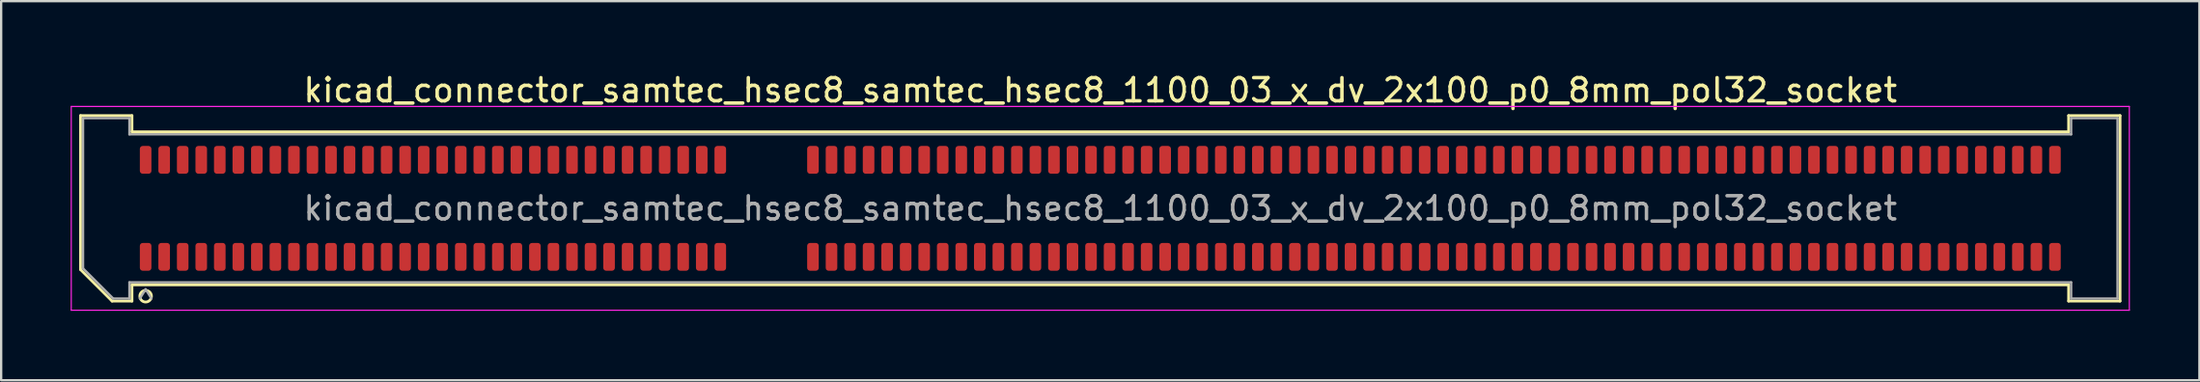
<source format=kicad_pcb>
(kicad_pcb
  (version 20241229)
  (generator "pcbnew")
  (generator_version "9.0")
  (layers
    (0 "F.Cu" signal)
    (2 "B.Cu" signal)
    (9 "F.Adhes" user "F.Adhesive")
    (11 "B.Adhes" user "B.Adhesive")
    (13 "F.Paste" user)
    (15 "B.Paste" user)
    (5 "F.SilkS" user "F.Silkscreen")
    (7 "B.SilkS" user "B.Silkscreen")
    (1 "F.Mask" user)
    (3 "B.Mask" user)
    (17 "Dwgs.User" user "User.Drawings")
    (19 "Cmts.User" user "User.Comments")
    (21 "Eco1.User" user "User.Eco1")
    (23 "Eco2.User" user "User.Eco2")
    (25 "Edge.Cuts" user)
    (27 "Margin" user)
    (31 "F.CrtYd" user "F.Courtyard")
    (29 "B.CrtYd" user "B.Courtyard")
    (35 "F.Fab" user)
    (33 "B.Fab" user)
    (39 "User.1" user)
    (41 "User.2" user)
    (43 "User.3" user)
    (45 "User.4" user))
  (footprint "kicad_connector_samtec_hsec8_samtec_hsec8_1100_03_x_dv_2x100_p0_8mm_pol32_socket"
    (layer "F.Cu")
    (at 44.435 5.948)
    (property "Reference" "kicad_connector_samtec_hsec8_samtec_hsec8_1100_03_x_dv_2x100_p0_8mm_pol32_socket" (at 0 -5.1 0) (layer "F.SilkS") (effects (font (size 1 1) (thickness 0.15))))
    (attr smd)
    (fp_line (start -44.01 -4.005) (end -41.79 -4.005) (stroke (width 0.12) (type solid)) (layer "F.SilkS"))
    (fp_line (start -44.01 2.641) (end -44.01 -4.005) (stroke (width 0.12) (type solid)) (layer "F.SilkS"))
    (fp_line (start -42.646 4.005) (end -44.01 2.641) (stroke (width 0.12) (type solid)) (layer "F.SilkS"))
    (fp_line (start -41.79 -4.005) (end -41.79 -3.305) (stroke (width 0.12) (type solid)) (layer "F.SilkS"))
    (fp_line (start -41.79 -3.305) (end 41.79 -3.305) (stroke (width 0.12) (type solid)) (layer "F.SilkS"))
    (fp_line (start -41.79 3.305) (end -41.79 4.005) (stroke (width 0.12) (type solid)) (layer "F.SilkS"))
    (fp_line (start -41.79 4.005) (end -42.646 4.005) (stroke (width 0.12) (type solid)) (layer "F.SilkS"))
    (fp_line (start 41.79 -4.005) (end 44.01 -4.005) (stroke (width 0.12) (type solid)) (layer "F.SilkS"))
    (fp_line (start 41.79 -3.305) (end 41.79 -4.005) (stroke (width 0.12) (type solid)) (layer "F.SilkS"))
    (fp_line (start 41.79 3.305) (end -41.79 3.305) (stroke (width 0.12) (type solid)) (layer "F.SilkS"))
    (fp_line (start 41.79 4.005) (end 41.79 3.305) (stroke (width 0.12) (type solid)) (layer "F.SilkS"))
    (fp_line (start 44.01 -4.005) (end 44.01 4.005) (stroke (width 0.12) (type solid)) (layer "F.SilkS"))
    (fp_line (start 44.01 4.005) (end 41.79 4.005) (stroke (width 0.12) (type solid)) (layer "F.SilkS"))
    (fp_arc (start -40.95 3.795) (mid -41.45 3.795) (end -40.95 3.795) (stroke (width 0.12) (type solid)) (layer "F.SilkS"))
    (fp_line (start -44.41 -4.4) (end -44.41 4.4) (stroke (width 0.05) (type solid)) (layer "F.CrtYd"))
    (fp_line (start -44.41 4.4) (end 44.41 4.4) (stroke (width 0.05) (type solid)) (layer "F.CrtYd"))
    (fp_line (start 44.41 -4.4) (end -44.41 -4.4) (stroke (width 0.05) (type solid)) (layer "F.CrtYd"))
    (fp_line (start 44.41 4.4) (end 44.41 -4.4) (stroke (width 0.05) (type solid)) (layer "F.CrtYd"))
    (fp_line (start -43.9 -3.895) (end -41.9 -3.895) (stroke (width 0.1) (type solid)) (layer "F.Fab"))
    (fp_line (start -43.9 2.595) (end -43.9 -3.895) (stroke (width 0.1) (type solid)) (layer "F.Fab"))
    (fp_line (start -42.6 3.895) (end -43.9 2.595) (stroke (width 0.1) (type solid)) (layer "F.Fab"))
    (fp_line (start -41.9 -3.895) (end -41.9 -3.195) (stroke (width 0.1) (type solid)) (layer "F.Fab"))
    (fp_line (start -41.9 -3.195) (end 41.9 -3.195) (stroke (width 0.1) (type solid)) (layer "F.Fab"))
    (fp_line (start -41.9 3.195) (end -41.9 3.895) (stroke (width 0.1) (type solid)) (layer "F.Fab"))
    (fp_line (start -41.9 3.895) (end -42.6 3.895) (stroke (width 0.1) (type solid)) (layer "F.Fab"))
    (fp_line (start -41.2 3.495) (end -41.45 3.895) (stroke (width 0.1) (type solid)) (layer "F.Fab"))
    (fp_line (start -41.2 3.495) (end -40.95 3.895) (stroke (width 0.1) (type solid)) (layer "F.Fab"))
    (fp_line (start 41.9 -3.895) (end 43.9 -3.895) (stroke (width 0.1) (type solid)) (layer "F.Fab"))
    (fp_line (start 41.9 -3.195) (end 41.9 -3.895) (stroke (width 0.1) (type solid)) (layer "F.Fab"))
    (fp_line (start 41.9 3.195) (end -41.9 3.195) (stroke (width 0.1) (type solid)) (layer "F.Fab"))
    (fp_line (start 41.9 3.895) (end 41.9 3.195) (stroke (width 0.1) (type solid)) (layer "F.Fab"))
    (fp_line (start 43.9 -3.895) (end 43.9 3.895) (stroke (width 0.1) (type solid)) (layer "F.Fab"))
    (fp_line (start 43.9 3.895) (end 41.9 3.895) (stroke (width 0.1) (type solid)) (layer "F.Fab"))
    (fp_text user "${REFERENCE}" (at 0 0 0) (layer "F.Fab") (effects (font (size 1 1) (thickness 0.15))))
    (pad "1" smd roundrect (at -41.2 2.095) (size 0.5 1.2) (layers "F.Cu" "F.Mask" "F.Paste") (roundrect_rratio 0.25))
    (pad "2" smd roundrect (at -41.2 -2.095) (size 0.5 1.2) (layers "F.Cu" "F.Mask" "F.Paste") (roundrect_rratio 0.25))
    (pad "3" smd roundrect (at -40.4 2.095) (size 0.5 1.2) (layers "F.Cu" "F.Mask" "F.Paste") (roundrect_rratio 0.25))
    (pad "4" smd roundrect (at -40.4 -2.095) (size 0.5 1.2) (layers "F.Cu" "F.Mask" "F.Paste") (roundrect_rratio 0.25))
    (pad "5" smd roundrect (at -39.6 2.095) (size 0.5 1.2) (layers "F.Cu" "F.Mask" "F.Paste") (roundrect_rratio 0.25))
    (pad "6" smd roundrect (at -39.6 -2.095) (size 0.5 1.2) (layers "F.Cu" "F.Mask" "F.Paste") (roundrect_rratio 0.25))
    (pad "7" smd roundrect (at -38.8 2.095) (size 0.5 1.2) (layers "F.Cu" "F.Mask" "F.Paste") (roundrect_rratio 0.25))
    (pad "8" smd roundrect (at -38.8 -2.095) (size 0.5 1.2) (layers "F.Cu" "F.Mask" "F.Paste") (roundrect_rratio 0.25))
    (pad "9" smd roundrect (at -38 2.095) (size 0.5 1.2) (layers "F.Cu" "F.Mask" "F.Paste") (roundrect_rratio 0.25))
    (pad "10" smd roundrect (at -38 -2.095) (size 0.5 1.2) (layers "F.Cu" "F.Mask" "F.Paste") (roundrect_rratio 0.25))
    (pad "11" smd roundrect (at -37.2 2.095) (size 0.5 1.2) (layers "F.Cu" "F.Mask" "F.Paste") (roundrect_rratio 0.25))
    (pad "12" smd roundrect (at -37.2 -2.095) (size 0.5 1.2) (layers "F.Cu" "F.Mask" "F.Paste") (roundrect_rratio 0.25))
    (pad "13" smd roundrect (at -36.4 2.095) (size 0.5 1.2) (layers "F.Cu" "F.Mask" "F.Paste") (roundrect_rratio 0.25))
    (pad "14" smd roundrect (at -36.4 -2.095) (size 0.5 1.2) (layers "F.Cu" "F.Mask" "F.Paste") (roundrect_rratio 0.25))
    (pad "15" smd roundrect (at -35.6 2.095) (size 0.5 1.2) (layers "F.Cu" "F.Mask" "F.Paste") (roundrect_rratio 0.25))
    (pad "16" smd roundrect (at -35.6 -2.095) (size 0.5 1.2) (layers "F.Cu" "F.Mask" "F.Paste") (roundrect_rratio 0.25))
    (pad "17" smd roundrect (at -34.8 2.095) (size 0.5 1.2) (layers "F.Cu" "F.Mask" "F.Paste") (roundrect_rratio 0.25))
    (pad "18" smd roundrect (at -34.8 -2.095) (size 0.5 1.2) (layers "F.Cu" "F.Mask" "F.Paste") (roundrect_rratio 0.25))
    (pad "19" smd roundrect (at -34 2.095) (size 0.5 1.2) (layers "F.Cu" "F.Mask" "F.Paste") (roundrect_rratio 0.25))
    (pad "20" smd roundrect (at -34 -2.095) (size 0.5 1.2) (layers "F.Cu" "F.Mask" "F.Paste") (roundrect_rratio 0.25))
    (pad "21" smd roundrect (at -33.2 2.095) (size 0.5 1.2) (layers "F.Cu" "F.Mask" "F.Paste") (roundrect_rratio 0.25))
    (pad "22" smd roundrect (at -33.2 -2.095) (size 0.5 1.2) (layers "F.Cu" "F.Mask" "F.Paste") (roundrect_rratio 0.25))
    (pad "23" smd roundrect (at -32.4 2.095) (size 0.5 1.2) (layers "F.Cu" "F.Mask" "F.Paste") (roundrect_rratio 0.25))
    (pad "24" smd roundrect (at -32.4 -2.095) (size 0.5 1.2) (layers "F.Cu" "F.Mask" "F.Paste") (roundrect_rratio 0.25))
    (pad "25" smd roundrect (at -31.6 2.095) (size 0.5 1.2) (layers "F.Cu" "F.Mask" "F.Paste") (roundrect_rratio 0.25))
    (pad "26" smd roundrect (at -31.6 -2.095) (size 0.5 1.2) (layers "F.Cu" "F.Mask" "F.Paste") (roundrect_rratio 0.25))
    (pad "27" smd roundrect (at -30.8 2.095) (size 0.5 1.2) (layers "F.Cu" "F.Mask" "F.Paste") (roundrect_rratio 0.25))
    (pad "28" smd roundrect (at -30.8 -2.095) (size 0.5 1.2) (layers "F.Cu" "F.Mask" "F.Paste") (roundrect_rratio 0.25))
    (pad "29" smd roundrect (at -30 2.095) (size 0.5 1.2) (layers "F.Cu" "F.Mask" "F.Paste") (roundrect_rratio 0.25))
    (pad "30" smd roundrect (at -30 -2.095) (size 0.5 1.2) (layers "F.Cu" "F.Mask" "F.Paste") (roundrect_rratio 0.25))
    (pad "31" smd roundrect (at -29.2 2.095) (size 0.5 1.2) (layers "F.Cu" "F.Mask" "F.Paste") (roundrect_rratio 0.25))
    (pad "32" smd roundrect (at -29.2 -2.095) (size 0.5 1.2) (layers "F.Cu" "F.Mask" "F.Paste") (roundrect_rratio 0.25))
    (pad "33" smd roundrect (at -28.4 2.095) (size 0.5 1.2) (layers "F.Cu" "F.Mask" "F.Paste") (roundrect_rratio 0.25))
    (pad "34" smd roundrect (at -28.4 -2.095) (size 0.5 1.2) (layers "F.Cu" "F.Mask" "F.Paste") (roundrect_rratio 0.25))
    (pad "35" smd roundrect (at -27.6 2.095) (size 0.5 1.2) (layers "F.Cu" "F.Mask" "F.Paste") (roundrect_rratio 0.25))
    (pad "36" smd roundrect (at -27.6 -2.095) (size 0.5 1.2) (layers "F.Cu" "F.Mask" "F.Paste") (roundrect_rratio 0.25))
    (pad "37" smd roundrect (at -26.8 2.095) (size 0.5 1.2) (layers "F.Cu" "F.Mask" "F.Paste") (roundrect_rratio 0.25))
    (pad "38" smd roundrect (at -26.8 -2.095) (size 0.5 1.2) (layers "F.Cu" "F.Mask" "F.Paste") (roundrect_rratio 0.25))
    (pad "39" smd roundrect (at -26 2.095) (size 0.5 1.2) (layers "F.Cu" "F.Mask" "F.Paste") (roundrect_rratio 0.25))
    (pad "40" smd roundrect (at -26 -2.095) (size 0.5 1.2) (layers "F.Cu" "F.Mask" "F.Paste") (roundrect_rratio 0.25))
    (pad "41" smd roundrect (at -25.2 2.095) (size 0.5 1.2) (layers "F.Cu" "F.Mask" "F.Paste") (roundrect_rratio 0.25))
    (pad "42" smd roundrect (at -25.2 -2.095) (size 0.5 1.2) (layers "F.Cu" "F.Mask" "F.Paste") (roundrect_rratio 0.25))
    (pad "43" smd roundrect (at -24.4 2.095) (size 0.5 1.2) (layers "F.Cu" "F.Mask" "F.Paste") (roundrect_rratio 0.25))
    (pad "44" smd roundrect (at -24.4 -2.095) (size 0.5 1.2) (layers "F.Cu" "F.Mask" "F.Paste") (roundrect_rratio 0.25))
    (pad "45" smd roundrect (at -23.6 2.095) (size 0.5 1.2) (layers "F.Cu" "F.Mask" "F.Paste") (roundrect_rratio 0.25))
    (pad "46" smd roundrect (at -23.6 -2.095) (size 0.5 1.2) (layers "F.Cu" "F.Mask" "F.Paste") (roundrect_rratio 0.25))
    (pad "47" smd roundrect (at -22.8 2.095) (size 0.5 1.2) (layers "F.Cu" "F.Mask" "F.Paste") (roundrect_rratio 0.25))
    (pad "48" smd roundrect (at -22.8 -2.095) (size 0.5 1.2) (layers "F.Cu" "F.Mask" "F.Paste") (roundrect_rratio 0.25))
    (pad "49" smd roundrect (at -22 2.095) (size 0.5 1.2) (layers "F.Cu" "F.Mask" "F.Paste") (roundrect_rratio 0.25))
    (pad "50" smd roundrect (at -22 -2.095) (size 0.5 1.2) (layers "F.Cu" "F.Mask" "F.Paste") (roundrect_rratio 0.25))
    (pad "51" smd roundrect (at -21.2 2.095) (size 0.5 1.2) (layers "F.Cu" "F.Mask" "F.Paste") (roundrect_rratio 0.25))
    (pad "52" smd roundrect (at -21.2 -2.095) (size 0.5 1.2) (layers "F.Cu" "F.Mask" "F.Paste") (roundrect_rratio 0.25))
    (pad "53" smd roundrect (at -20.4 2.095) (size 0.5 1.2) (layers "F.Cu" "F.Mask" "F.Paste") (roundrect_rratio 0.25))
    (pad "54" smd roundrect (at -20.4 -2.095) (size 0.5 1.2) (layers "F.Cu" "F.Mask" "F.Paste") (roundrect_rratio 0.25))
    (pad "55" smd roundrect (at -19.6 2.095) (size 0.5 1.2) (layers "F.Cu" "F.Mask" "F.Paste") (roundrect_rratio 0.25))
    (pad "56" smd roundrect (at -19.6 -2.095) (size 0.5 1.2) (layers "F.Cu" "F.Mask" "F.Paste") (roundrect_rratio 0.25))
    (pad "57" smd roundrect (at -18.8 2.095) (size 0.5 1.2) (layers "F.Cu" "F.Mask" "F.Paste") (roundrect_rratio 0.25))
    (pad "58" smd roundrect (at -18.8 -2.095) (size 0.5 1.2) (layers "F.Cu" "F.Mask" "F.Paste") (roundrect_rratio 0.25))
    (pad "59" smd roundrect (at -18 2.095) (size 0.5 1.2) (layers "F.Cu" "F.Mask" "F.Paste") (roundrect_rratio 0.25))
    (pad "60" smd roundrect (at -18 -2.095) (size 0.5 1.2) (layers "F.Cu" "F.Mask" "F.Paste") (roundrect_rratio 0.25))
    (pad "61" smd roundrect (at -17.2 2.095) (size 0.5 1.2) (layers "F.Cu" "F.Mask" "F.Paste") (roundrect_rratio 0.25))
    (pad "62" smd roundrect (at -17.2 -2.095) (size 0.5 1.2) (layers "F.Cu" "F.Mask" "F.Paste") (roundrect_rratio 0.25))
    (pad "63" smd roundrect (at -16.4 2.095) (size 0.5 1.2) (layers "F.Cu" "F.Mask" "F.Paste") (roundrect_rratio 0.25))
    (pad "64" smd roundrect (at -16.4 -2.095) (size 0.5 1.2) (layers "F.Cu" "F.Mask" "F.Paste") (roundrect_rratio 0.25))
    (pad "65" smd roundrect (at -12.4 2.095) (size 0.5 1.2) (layers "F.Cu" "F.Mask" "F.Paste") (roundrect_rratio 0.25))
    (pad "66" smd roundrect (at -12.4 -2.095) (size 0.5 1.2) (layers "F.Cu" "F.Mask" "F.Paste") (roundrect_rratio 0.25))
    (pad "67" smd roundrect (at -11.6 2.095) (size 0.5 1.2) (layers "F.Cu" "F.Mask" "F.Paste") (roundrect_rratio 0.25))
    (pad "68" smd roundrect (at -11.6 -2.095) (size 0.5 1.2) (layers "F.Cu" "F.Mask" "F.Paste") (roundrect_rratio 0.25))
    (pad "69" smd roundrect (at -10.8 2.095) (size 0.5 1.2) (layers "F.Cu" "F.Mask" "F.Paste") (roundrect_rratio 0.25))
    (pad "70" smd roundrect (at -10.8 -2.095) (size 0.5 1.2) (layers "F.Cu" "F.Mask" "F.Paste") (roundrect_rratio 0.25))
    (pad "71" smd roundrect (at -10 2.095) (size 0.5 1.2) (layers "F.Cu" "F.Mask" "F.Paste") (roundrect_rratio 0.25))
    (pad "72" smd roundrect (at -10 -2.095) (size 0.5 1.2) (layers "F.Cu" "F.Mask" "F.Paste") (roundrect_rratio 0.25))
    (pad "73" smd roundrect (at -9.2 2.095) (size 0.5 1.2) (layers "F.Cu" "F.Mask" "F.Paste") (roundrect_rratio 0.25))
    (pad "74" smd roundrect (at -9.2 -2.095) (size 0.5 1.2) (layers "F.Cu" "F.Mask" "F.Paste") (roundrect_rratio 0.25))
    (pad "75" smd roundrect (at -8.4 2.095) (size 0.5 1.2) (layers "F.Cu" "F.Mask" "F.Paste") (roundrect_rratio 0.25))
    (pad "76" smd roundrect (at -8.4 -2.095) (size 0.5 1.2) (layers "F.Cu" "F.Mask" "F.Paste") (roundrect_rratio 0.25))
    (pad "77" smd roundrect (at -7.6 2.095) (size 0.5 1.2) (layers "F.Cu" "F.Mask" "F.Paste") (roundrect_rratio 0.25))
    (pad "78" smd roundrect (at -7.6 -2.095) (size 0.5 1.2) (layers "F.Cu" "F.Mask" "F.Paste") (roundrect_rratio 0.25))
    (pad "79" smd roundrect (at -6.8 2.095) (size 0.5 1.2) (layers "F.Cu" "F.Mask" "F.Paste") (roundrect_rratio 0.25))
    (pad "80" smd roundrect (at -6.8 -2.095) (size 0.5 1.2) (layers "F.Cu" "F.Mask" "F.Paste") (roundrect_rratio 0.25))
    (pad "81" smd roundrect (at -6 2.095) (size 0.5 1.2) (layers "F.Cu" "F.Mask" "F.Paste") (roundrect_rratio 0.25))
    (pad "82" smd roundrect (at -6 -2.095) (size 0.5 1.2) (layers "F.Cu" "F.Mask" "F.Paste") (roundrect_rratio 0.25))
    (pad "83" smd roundrect (at -5.2 2.095) (size 0.5 1.2) (layers "F.Cu" "F.Mask" "F.Paste") (roundrect_rratio 0.25))
    (pad "84" smd roundrect (at -5.2 -2.095) (size 0.5 1.2) (layers "F.Cu" "F.Mask" "F.Paste") (roundrect_rratio 0.25))
    (pad "85" smd roundrect (at -4.4 2.095) (size 0.5 1.2) (layers "F.Cu" "F.Mask" "F.Paste") (roundrect_rratio 0.25))
    (pad "86" smd roundrect (at -4.4 -2.095) (size 0.5 1.2) (layers "F.Cu" "F.Mask" "F.Paste") (roundrect_rratio 0.25))
    (pad "87" smd roundrect (at -3.6 2.095) (size 0.5 1.2) (layers "F.Cu" "F.Mask" "F.Paste") (roundrect_rratio 0.25))
    (pad "88" smd roundrect (at -3.6 -2.095) (size 0.5 1.2) (layers "F.Cu" "F.Mask" "F.Paste") (roundrect_rratio 0.25))
    (pad "89" smd roundrect (at -2.8 2.095) (size 0.5 1.2) (layers "F.Cu" "F.Mask" "F.Paste") (roundrect_rratio 0.25))
    (pad "90" smd roundrect (at -2.8 -2.095) (size 0.5 1.2) (layers "F.Cu" "F.Mask" "F.Paste") (roundrect_rratio 0.25))
    (pad "91" smd roundrect (at -2 2.095) (size 0.5 1.2) (layers "F.Cu" "F.Mask" "F.Paste") (roundrect_rratio 0.25))
    (pad "92" smd roundrect (at -2 -2.095) (size 0.5 1.2) (layers "F.Cu" "F.Mask" "F.Paste") (roundrect_rratio 0.25))
    (pad "93" smd roundrect (at -1.2 2.095) (size 0.5 1.2) (layers "F.Cu" "F.Mask" "F.Paste") (roundrect_rratio 0.25))
    (pad "94" smd roundrect (at -1.2 -2.095) (size 0.5 1.2) (layers "F.Cu" "F.Mask" "F.Paste") (roundrect_rratio 0.25))
    (pad "95" smd roundrect (at -0.4 2.095) (size 0.5 1.2) (layers "F.Cu" "F.Mask" "F.Paste") (roundrect_rratio 0.25))
    (pad "96" smd roundrect (at -0.4 -2.095) (size 0.5 1.2) (layers "F.Cu" "F.Mask" "F.Paste") (roundrect_rratio 0.25))
    (pad "97" smd roundrect (at 0.4 2.095) (size 0.5 1.2) (layers "F.Cu" "F.Mask" "F.Paste") (roundrect_rratio 0.25))
    (pad "98" smd roundrect (at 0.4 -2.095) (size 0.5 1.2) (layers "F.Cu" "F.Mask" "F.Paste") (roundrect_rratio 0.25))
    (pad "99" smd roundrect (at 1.2 2.095) (size 0.5 1.2) (layers "F.Cu" "F.Mask" "F.Paste") (roundrect_rratio 0.25))
    (pad "100" smd roundrect (at 1.2 -2.095) (size 0.5 1.2) (layers "F.Cu" "F.Mask" "F.Paste") (roundrect_rratio 0.25))
    (pad "101" smd roundrect (at 2 2.095) (size 0.5 1.2) (layers "F.Cu" "F.Mask" "F.Paste") (roundrect_rratio 0.25))
    (pad "102" smd roundrect (at 2 -2.095) (size 0.5 1.2) (layers "F.Cu" "F.Mask" "F.Paste") (roundrect_rratio 0.25))
    (pad "103" smd roundrect (at 2.8 2.095) (size 0.5 1.2) (layers "F.Cu" "F.Mask" "F.Paste") (roundrect_rratio 0.25))
    (pad "104" smd roundrect (at 2.8 -2.095) (size 0.5 1.2) (layers "F.Cu" "F.Mask" "F.Paste") (roundrect_rratio 0.25))
    (pad "105" smd roundrect (at 3.6 2.095) (size 0.5 1.2) (layers "F.Cu" "F.Mask" "F.Paste") (roundrect_rratio 0.25))
    (pad "106" smd roundrect (at 3.6 -2.095) (size 0.5 1.2) (layers "F.Cu" "F.Mask" "F.Paste") (roundrect_rratio 0.25))
    (pad "107" smd roundrect (at 4.4 2.095) (size 0.5 1.2) (layers "F.Cu" "F.Mask" "F.Paste") (roundrect_rratio 0.25))
    (pad "108" smd roundrect (at 4.4 -2.095) (size 0.5 1.2) (layers "F.Cu" "F.Mask" "F.Paste") (roundrect_rratio 0.25))
    (pad "109" smd roundrect (at 5.2 2.095) (size 0.5 1.2) (layers "F.Cu" "F.Mask" "F.Paste") (roundrect_rratio 0.25))
    (pad "110" smd roundrect (at 5.2 -2.095) (size 0.5 1.2) (layers "F.Cu" "F.Mask" "F.Paste") (roundrect_rratio 0.25))
    (pad "111" smd roundrect (at 6 2.095) (size 0.5 1.2) (layers "F.Cu" "F.Mask" "F.Paste") (roundrect_rratio 0.25))
    (pad "112" smd roundrect (at 6 -2.095) (size 0.5 1.2) (layers "F.Cu" "F.Mask" "F.Paste") (roundrect_rratio 0.25))
    (pad "113" smd roundrect (at 6.8 2.095) (size 0.5 1.2) (layers "F.Cu" "F.Mask" "F.Paste") (roundrect_rratio 0.25))
    (pad "114" smd roundrect (at 6.8 -2.095) (size 0.5 1.2) (layers "F.Cu" "F.Mask" "F.Paste") (roundrect_rratio 0.25))
    (pad "115" smd roundrect (at 7.6 2.095) (size 0.5 1.2) (layers "F.Cu" "F.Mask" "F.Paste") (roundrect_rratio 0.25))
    (pad "116" smd roundrect (at 7.6 -2.095) (size 0.5 1.2) (layers "F.Cu" "F.Mask" "F.Paste") (roundrect_rratio 0.25))
    (pad "117" smd roundrect (at 8.4 2.095) (size 0.5 1.2) (layers "F.Cu" "F.Mask" "F.Paste") (roundrect_rratio 0.25))
    (pad "118" smd roundrect (at 8.4 -2.095) (size 0.5 1.2) (layers "F.Cu" "F.Mask" "F.Paste") (roundrect_rratio 0.25))
    (pad "119" smd roundrect (at 9.2 2.095) (size 0.5 1.2) (layers "F.Cu" "F.Mask" "F.Paste") (roundrect_rratio 0.25))
    (pad "120" smd roundrect (at 9.2 -2.095) (size 0.5 1.2) (layers "F.Cu" "F.Mask" "F.Paste") (roundrect_rratio 0.25))
    (pad "121" smd roundrect (at 10 2.095) (size 0.5 1.2) (layers "F.Cu" "F.Mask" "F.Paste") (roundrect_rratio 0.25))
    (pad "122" smd roundrect (at 10 -2.095) (size 0.5 1.2) (layers "F.Cu" "F.Mask" "F.Paste") (roundrect_rratio 0.25))
    (pad "123" smd roundrect (at 10.8 2.095) (size 0.5 1.2) (layers "F.Cu" "F.Mask" "F.Paste") (roundrect_rratio 0.25))
    (pad "124" smd roundrect (at 10.8 -2.095) (size 0.5 1.2) (layers "F.Cu" "F.Mask" "F.Paste") (roundrect_rratio 0.25))
    (pad "125" smd roundrect (at 11.6 2.095) (size 0.5 1.2) (layers "F.Cu" "F.Mask" "F.Paste") (roundrect_rratio 0.25))
    (pad "126" smd roundrect (at 11.6 -2.095) (size 0.5 1.2) (layers "F.Cu" "F.Mask" "F.Paste") (roundrect_rratio 0.25))
    (pad "127" smd roundrect (at 12.4 2.095) (size 0.5 1.2) (layers "F.Cu" "F.Mask" "F.Paste") (roundrect_rratio 0.25))
    (pad "128" smd roundrect (at 12.4 -2.095) (size 0.5 1.2) (layers "F.Cu" "F.Mask" "F.Paste") (roundrect_rratio 0.25))
    (pad "129" smd roundrect (at 13.2 2.095) (size 0.5 1.2) (layers "F.Cu" "F.Mask" "F.Paste") (roundrect_rratio 0.25))
    (pad "130" smd roundrect (at 13.2 -2.095) (size 0.5 1.2) (layers "F.Cu" "F.Mask" "F.Paste") (roundrect_rratio 0.25))
    (pad "131" smd roundrect (at 14 2.095) (size 0.5 1.2) (layers "F.Cu" "F.Mask" "F.Paste") (roundrect_rratio 0.25))
    (pad "132" smd roundrect (at 14 -2.095) (size 0.5 1.2) (layers "F.Cu" "F.Mask" "F.Paste") (roundrect_rratio 0.25))
    (pad "133" smd roundrect (at 14.8 2.095) (size 0.5 1.2) (layers "F.Cu" "F.Mask" "F.Paste") (roundrect_rratio 0.25))
    (pad "134" smd roundrect (at 14.8 -2.095) (size 0.5 1.2) (layers "F.Cu" "F.Mask" "F.Paste") (roundrect_rratio 0.25))
    (pad "135" smd roundrect (at 15.6 2.095) (size 0.5 1.2) (layers "F.Cu" "F.Mask" "F.Paste") (roundrect_rratio 0.25))
    (pad "136" smd roundrect (at 15.6 -2.095) (size 0.5 1.2) (layers "F.Cu" "F.Mask" "F.Paste") (roundrect_rratio 0.25))
    (pad "137" smd roundrect (at 16.4 2.095) (size 0.5 1.2) (layers "F.Cu" "F.Mask" "F.Paste") (roundrect_rratio 0.25))
    (pad "138" smd roundrect (at 16.4 -2.095) (size 0.5 1.2) (layers "F.Cu" "F.Mask" "F.Paste") (roundrect_rratio 0.25))
    (pad "139" smd roundrect (at 17.2 2.095) (size 0.5 1.2) (layers "F.Cu" "F.Mask" "F.Paste") (roundrect_rratio 0.25))
    (pad "140" smd roundrect (at 17.2 -2.095) (size 0.5 1.2) (layers "F.Cu" "F.Mask" "F.Paste") (roundrect_rratio 0.25))
    (pad "141" smd roundrect (at 18 2.095) (size 0.5 1.2) (layers "F.Cu" "F.Mask" "F.Paste") (roundrect_rratio 0.25))
    (pad "142" smd roundrect (at 18 -2.095) (size 0.5 1.2) (layers "F.Cu" "F.Mask" "F.Paste") (roundrect_rratio 0.25))
    (pad "143" smd roundrect (at 18.8 2.095) (size 0.5 1.2) (layers "F.Cu" "F.Mask" "F.Paste") (roundrect_rratio 0.25))
    (pad "144" smd roundrect (at 18.8 -2.095) (size 0.5 1.2) (layers "F.Cu" "F.Mask" "F.Paste") (roundrect_rratio 0.25))
    (pad "145" smd roundrect (at 19.6 2.095) (size 0.5 1.2) (layers "F.Cu" "F.Mask" "F.Paste") (roundrect_rratio 0.25))
    (pad "146" smd roundrect (at 19.6 -2.095) (size 0.5 1.2) (layers "F.Cu" "F.Mask" "F.Paste") (roundrect_rratio 0.25))
    (pad "147" smd roundrect (at 20.4 2.095) (size 0.5 1.2) (layers "F.Cu" "F.Mask" "F.Paste") (roundrect_rratio 0.25))
    (pad "148" smd roundrect (at 20.4 -2.095) (size 0.5 1.2) (layers "F.Cu" "F.Mask" "F.Paste") (roundrect_rratio 0.25))
    (pad "149" smd roundrect (at 21.2 2.095) (size 0.5 1.2) (layers "F.Cu" "F.Mask" "F.Paste") (roundrect_rratio 0.25))
    (pad "150" smd roundrect (at 21.2 -2.095) (size 0.5 1.2) (layers "F.Cu" "F.Mask" "F.Paste") (roundrect_rratio 0.25))
    (pad "151" smd roundrect (at 22 2.095) (size 0.5 1.2) (layers "F.Cu" "F.Mask" "F.Paste") (roundrect_rratio 0.25))
    (pad "152" smd roundrect (at 22 -2.095) (size 0.5 1.2) (layers "F.Cu" "F.Mask" "F.Paste") (roundrect_rratio 0.25))
    (pad "153" smd roundrect (at 22.8 2.095) (size 0.5 1.2) (layers "F.Cu" "F.Mask" "F.Paste") (roundrect_rratio 0.25))
    (pad "154" smd roundrect (at 22.8 -2.095) (size 0.5 1.2) (layers "F.Cu" "F.Mask" "F.Paste") (roundrect_rratio 0.25))
    (pad "155" smd roundrect (at 23.6 2.095) (size 0.5 1.2) (layers "F.Cu" "F.Mask" "F.Paste") (roundrect_rratio 0.25))
    (pad "156" smd roundrect (at 23.6 -2.095) (size 0.5 1.2) (layers "F.Cu" "F.Mask" "F.Paste") (roundrect_rratio 0.25))
    (pad "157" smd roundrect (at 24.4 2.095) (size 0.5 1.2) (layers "F.Cu" "F.Mask" "F.Paste") (roundrect_rratio 0.25))
    (pad "158" smd roundrect (at 24.4 -2.095) (size 0.5 1.2) (layers "F.Cu" "F.Mask" "F.Paste") (roundrect_rratio 0.25))
    (pad "159" smd roundrect (at 25.2 2.095) (size 0.5 1.2) (layers "F.Cu" "F.Mask" "F.Paste") (roundrect_rratio 0.25))
    (pad "160" smd roundrect (at 25.2 -2.095) (size 0.5 1.2) (layers "F.Cu" "F.Mask" "F.Paste") (roundrect_rratio 0.25))
    (pad "161" smd roundrect (at 26 2.095) (size 0.5 1.2) (layers "F.Cu" "F.Mask" "F.Paste") (roundrect_rratio 0.25))
    (pad "162" smd roundrect (at 26 -2.095) (size 0.5 1.2) (layers "F.Cu" "F.Mask" "F.Paste") (roundrect_rratio 0.25))
    (pad "163" smd roundrect (at 26.8 2.095) (size 0.5 1.2) (layers "F.Cu" "F.Mask" "F.Paste") (roundrect_rratio 0.25))
    (pad "164" smd roundrect (at 26.8 -2.095) (size 0.5 1.2) (layers "F.Cu" "F.Mask" "F.Paste") (roundrect_rratio 0.25))
    (pad "165" smd roundrect (at 27.6 2.095) (size 0.5 1.2) (layers "F.Cu" "F.Mask" "F.Paste") (roundrect_rratio 0.25))
    (pad "166" smd roundrect (at 27.6 -2.095) (size 0.5 1.2) (layers "F.Cu" "F.Mask" "F.Paste") (roundrect_rratio 0.25))
    (pad "167" smd roundrect (at 28.4 2.095) (size 0.5 1.2) (layers "F.Cu" "F.Mask" "F.Paste") (roundrect_rratio 0.25))
    (pad "168" smd roundrect (at 28.4 -2.095) (size 0.5 1.2) (layers "F.Cu" "F.Mask" "F.Paste") (roundrect_rratio 0.25))
    (pad "169" smd roundrect (at 29.2 2.095) (size 0.5 1.2) (layers "F.Cu" "F.Mask" "F.Paste") (roundrect_rratio 0.25))
    (pad "170" smd roundrect (at 29.2 -2.095) (size 0.5 1.2) (layers "F.Cu" "F.Mask" "F.Paste") (roundrect_rratio 0.25))
    (pad "171" smd roundrect (at 30 2.095) (size 0.5 1.2) (layers "F.Cu" "F.Mask" "F.Paste") (roundrect_rratio 0.25))
    (pad "172" smd roundrect (at 30 -2.095) (size 0.5 1.2) (layers "F.Cu" "F.Mask" "F.Paste") (roundrect_rratio 0.25))
    (pad "173" smd roundrect (at 30.8 2.095) (size 0.5 1.2) (layers "F.Cu" "F.Mask" "F.Paste") (roundrect_rratio 0.25))
    (pad "174" smd roundrect (at 30.8 -2.095) (size 0.5 1.2) (layers "F.Cu" "F.Mask" "F.Paste") (roundrect_rratio 0.25))
    (pad "175" smd roundrect (at 31.6 2.095) (size 0.5 1.2) (layers "F.Cu" "F.Mask" "F.Paste") (roundrect_rratio 0.25))
    (pad "176" smd roundrect (at 31.6 -2.095) (size 0.5 1.2) (layers "F.Cu" "F.Mask" "F.Paste") (roundrect_rratio 0.25))
    (pad "177" smd roundrect (at 32.4 2.095) (size 0.5 1.2) (layers "F.Cu" "F.Mask" "F.Paste") (roundrect_rratio 0.25))
    (pad "178" smd roundrect (at 32.4 -2.095) (size 0.5 1.2) (layers "F.Cu" "F.Mask" "F.Paste") (roundrect_rratio 0.25))
    (pad "179" smd roundrect (at 33.2 2.095) (size 0.5 1.2) (layers "F.Cu" "F.Mask" "F.Paste") (roundrect_rratio 0.25))
    (pad "180" smd roundrect (at 33.2 -2.095) (size 0.5 1.2) (layers "F.Cu" "F.Mask" "F.Paste") (roundrect_rratio 0.25))
    (pad "181" smd roundrect (at 34 2.095) (size 0.5 1.2) (layers "F.Cu" "F.Mask" "F.Paste") (roundrect_rratio 0.25))
    (pad "182" smd roundrect (at 34 -2.095) (size 0.5 1.2) (layers "F.Cu" "F.Mask" "F.Paste") (roundrect_rratio 0.25))
    (pad "183" smd roundrect (at 34.8 2.095) (size 0.5 1.2) (layers "F.Cu" "F.Mask" "F.Paste") (roundrect_rratio 0.25))
    (pad "184" smd roundrect (at 34.8 -2.095) (size 0.5 1.2) (layers "F.Cu" "F.Mask" "F.Paste") (roundrect_rratio 0.25))
    (pad "185" smd roundrect (at 35.6 2.095) (size 0.5 1.2) (layers "F.Cu" "F.Mask" "F.Paste") (roundrect_rratio 0.25))
    (pad "186" smd roundrect (at 35.6 -2.095) (size 0.5 1.2) (layers "F.Cu" "F.Mask" "F.Paste") (roundrect_rratio 0.25))
    (pad "187" smd roundrect (at 36.4 2.095) (size 0.5 1.2) (layers "F.Cu" "F.Mask" "F.Paste") (roundrect_rratio 0.25))
    (pad "188" smd roundrect (at 36.4 -2.095) (size 0.5 1.2) (layers "F.Cu" "F.Mask" "F.Paste") (roundrect_rratio 0.25))
    (pad "189" smd roundrect (at 37.2 2.095) (size 0.5 1.2) (layers "F.Cu" "F.Mask" "F.Paste") (roundrect_rratio 0.25))
    (pad "190" smd roundrect (at 37.2 -2.095) (size 0.5 1.2) (layers "F.Cu" "F.Mask" "F.Paste") (roundrect_rratio 0.25))
    (pad "191" smd roundrect (at 38 2.095) (size 0.5 1.2) (layers "F.Cu" "F.Mask" "F.Paste") (roundrect_rratio 0.25))
    (pad "192" smd roundrect (at 38 -2.095) (size 0.5 1.2) (layers "F.Cu" "F.Mask" "F.Paste") (roundrect_rratio 0.25))
    (pad "193" smd roundrect (at 38.8 2.095) (size 0.5 1.2) (layers "F.Cu" "F.Mask" "F.Paste") (roundrect_rratio 0.25))
    (pad "194" smd roundrect (at 38.8 -2.095) (size 0.5 1.2) (layers "F.Cu" "F.Mask" "F.Paste") (roundrect_rratio 0.25))
    (pad "195" smd roundrect (at 39.6 2.095) (size 0.5 1.2) (layers "F.Cu" "F.Mask" "F.Paste") (roundrect_rratio 0.25))
    (pad "196" smd roundrect (at 39.6 -2.095) (size 0.5 1.2) (layers "F.Cu" "F.Mask" "F.Paste") (roundrect_rratio 0.25))
    (pad "197" smd roundrect (at 40.4 2.095) (size 0.5 1.2) (layers "F.Cu" "F.Mask" "F.Paste") (roundrect_rratio 0.25))
    (pad "198" smd roundrect (at 40.4 -2.095) (size 0.5 1.2) (layers "F.Cu" "F.Mask" "F.Paste") (roundrect_rratio 0.25))
    (pad "199" smd roundrect (at 41.2 2.095) (size 0.5 1.2) (layers "F.Cu" "F.Mask" "F.Paste") (roundrect_rratio 0.25))
    (pad "200" smd roundrect (at 41.2 -2.095) (size 0.5 1.2) (layers "F.Cu" "F.Mask" "F.Paste") (roundrect_rratio 0.25)))
  (gr_rect
    (start -3 -3)
    (end 91.87 13.373)
    (stroke (width 0.1) (type default))
    (fill no)
    (layer "Edge.Cuts")))
</source>
